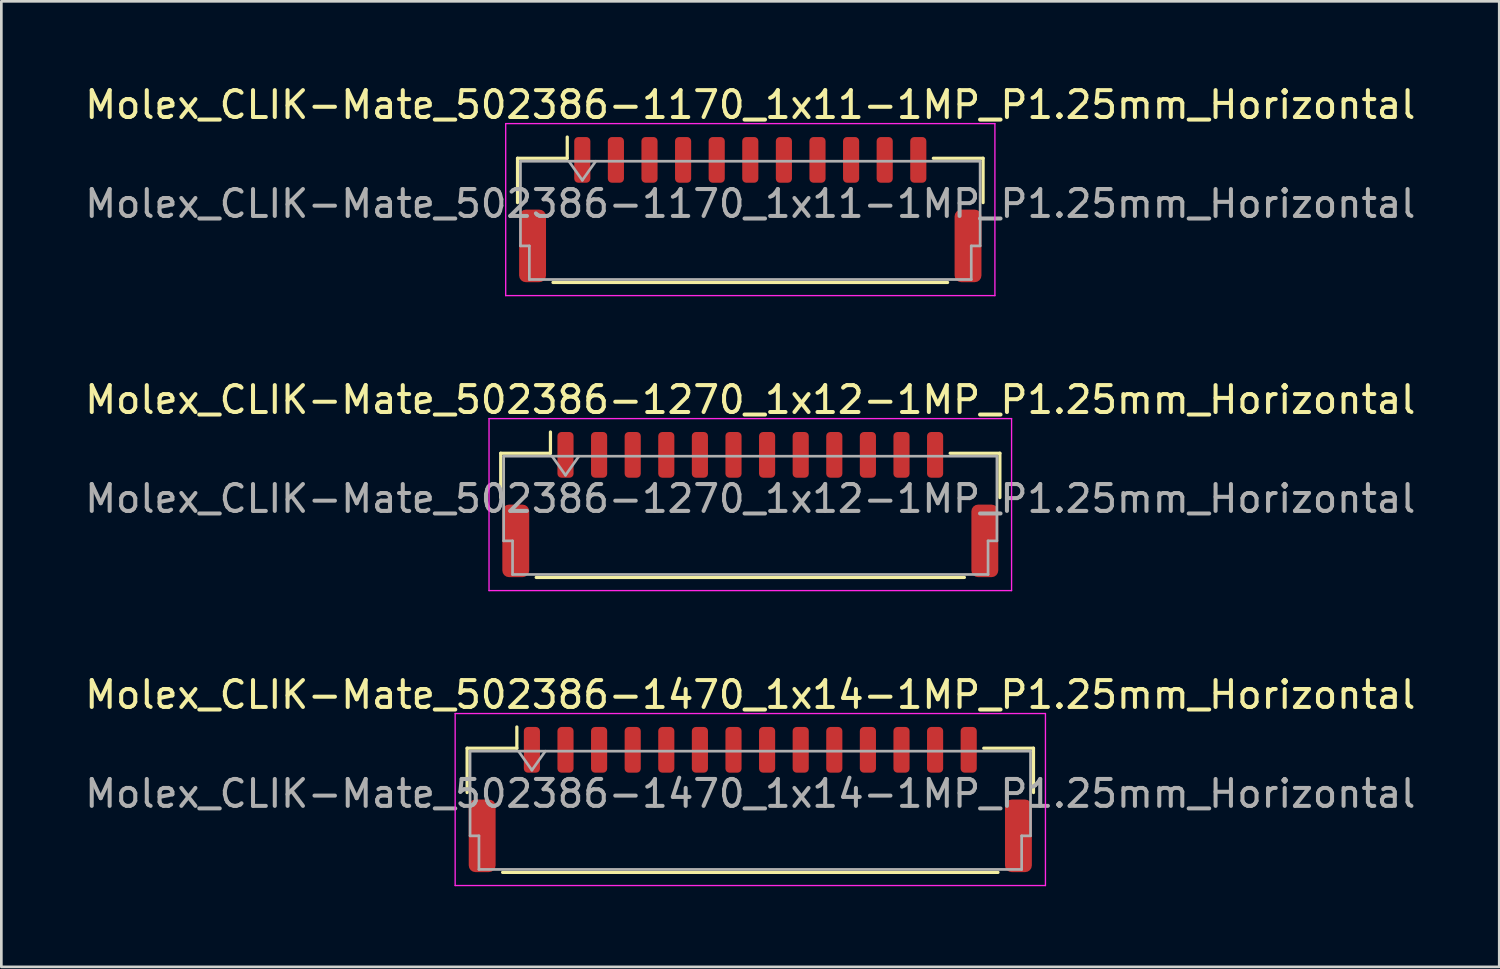
<source format=kicad_pcb>
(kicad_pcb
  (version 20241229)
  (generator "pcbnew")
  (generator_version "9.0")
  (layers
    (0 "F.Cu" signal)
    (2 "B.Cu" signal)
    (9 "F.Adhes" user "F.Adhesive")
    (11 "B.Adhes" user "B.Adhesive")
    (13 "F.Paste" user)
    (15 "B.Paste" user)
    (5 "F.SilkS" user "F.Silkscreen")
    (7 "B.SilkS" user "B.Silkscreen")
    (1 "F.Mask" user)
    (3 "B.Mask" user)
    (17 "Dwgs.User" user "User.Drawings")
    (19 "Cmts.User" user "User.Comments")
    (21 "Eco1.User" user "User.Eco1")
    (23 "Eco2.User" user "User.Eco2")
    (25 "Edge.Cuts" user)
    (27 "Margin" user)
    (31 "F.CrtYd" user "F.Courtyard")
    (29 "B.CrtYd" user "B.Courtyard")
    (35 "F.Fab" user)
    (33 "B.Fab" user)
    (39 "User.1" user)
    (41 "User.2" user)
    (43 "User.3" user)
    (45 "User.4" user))
  (footprint "Molex_CLIK-Mate_502386-1170_1x11-1MP_P1.25mm_Horizontal"
    (layer "F.Cu")
    (at 24.863 4.748)
    (property "Reference" "Molex_CLIK-Mate_502386-1170_1x11-1MP_P1.25mm_Horizontal" (at 0 -3.9 0) (layer "F.SilkS") (effects (font (size 1 1) (thickness 0.15))))
    (attr smd)
    (fp_line (start -8.66 -1.91) (end -6.81 -1.91) (stroke (width 0.12) (type solid)) (layer "F.SilkS"))
    (fp_line (start -8.66 -0.26) (end -8.66 -1.91) (stroke (width 0.12) (type solid)) (layer "F.SilkS"))
    (fp_line (start -7.34 2.71) (end 7.34 2.71) (stroke (width 0.12) (type solid)) (layer "F.SilkS"))
    (fp_line (start -6.81 -1.91) (end -6.81 -2.7) (stroke (width 0.12) (type solid)) (layer "F.SilkS"))
    (fp_line (start 8.66 -1.91) (end 6.81 -1.91) (stroke (width 0.12) (type solid)) (layer "F.SilkS"))
    (fp_line (start 8.66 -0.26) (end 8.66 -1.91) (stroke (width 0.12) (type solid)) (layer "F.SilkS"))
    (fp_line (start -9.1 -3.2) (end -9.1 3.2) (stroke (width 0.05) (type solid)) (layer "F.CrtYd"))
    (fp_line (start -9.1 3.2) (end 9.1 3.2) (stroke (width 0.05) (type solid)) (layer "F.CrtYd"))
    (fp_line (start 9.1 -3.2) (end -9.1 -3.2) (stroke (width 0.05) (type solid)) (layer "F.CrtYd"))
    (fp_line (start 9.1 3.2) (end 9.1 -3.2) (stroke (width 0.05) (type solid)) (layer "F.CrtYd"))
    (fp_line (start -8.55 -1.8) (end -8.55 1.35) (stroke (width 0.1) (type solid)) (layer "F.Fab"))
    (fp_line (start -8.55 -1.8) (end 8.55 -1.8) (stroke (width 0.1) (type solid)) (layer "F.Fab"))
    (fp_line (start -8.55 1.35) (end -8.22 1.35) (stroke (width 0.1) (type solid)) (layer "F.Fab"))
    (fp_line (start -8.22 1.35) (end -8.22 2.6) (stroke (width 0.1) (type solid)) (layer "F.Fab"))
    (fp_line (start -8.22 2.6) (end 8.22 2.6) (stroke (width 0.1) (type solid)) (layer "F.Fab"))
    (fp_line (start -6.75 -1.8) (end -6.25 -1.093) (stroke (width 0.1) (type solid)) (layer "F.Fab"))
    (fp_line (start -6.25 -1.093) (end -5.75 -1.8) (stroke (width 0.1) (type solid)) (layer "F.Fab"))
    (fp_line (start 8.22 1.35) (end 8.55 1.35) (stroke (width 0.1) (type solid)) (layer "F.Fab"))
    (fp_line (start 8.22 2.6) (end 8.22 1.35) (stroke (width 0.1) (type solid)) (layer "F.Fab"))
    (fp_line (start 8.55 -1.8) (end 8.55 1.35) (stroke (width 0.1) (type solid)) (layer "F.Fab"))
    (fp_text user "${REFERENCE}" (at 0 -0.22 0) (layer "F.Fab") (effects (font (size 1 1) (thickness 0.15))))
    (pad "1" smd roundrect (at -6.25 -1.85) (size 0.6 1.7) (layers "F.Cu" "F.Mask" "F.Paste") (roundrect_rratio 0.25))
    (pad "2" smd roundrect (at -5 -1.85) (size 0.6 1.7) (layers "F.Cu" "F.Mask" "F.Paste") (roundrect_rratio 0.25))
    (pad "3" smd roundrect (at -3.75 -1.85) (size 0.6 1.7) (layers "F.Cu" "F.Mask" "F.Paste") (roundrect_rratio 0.25))
    (pad "4" smd roundrect (at -2.5 -1.85) (size 0.6 1.7) (layers "F.Cu" "F.Mask" "F.Paste") (roundrect_rratio 0.25))
    (pad "5" smd roundrect (at -1.25 -1.85) (size 0.6 1.7) (layers "F.Cu" "F.Mask" "F.Paste") (roundrect_rratio 0.25))
    (pad "6" smd roundrect (at 0 -1.85) (size 0.6 1.7) (layers "F.Cu" "F.Mask" "F.Paste") (roundrect_rratio 0.25))
    (pad "7" smd roundrect (at 1.25 -1.85) (size 0.6 1.7) (layers "F.Cu" "F.Mask" "F.Paste") (roundrect_rratio 0.25))
    (pad "8" smd roundrect (at 2.5 -1.85) (size 0.6 1.7) (layers "F.Cu" "F.Mask" "F.Paste") (roundrect_rratio 0.25))
    (pad "9" smd roundrect (at 3.75 -1.85) (size 0.6 1.7) (layers "F.Cu" "F.Mask" "F.Paste") (roundrect_rratio 0.25))
    (pad "10" smd roundrect (at 5 -1.85) (size 0.6 1.7) (layers "F.Cu" "F.Mask" "F.Paste") (roundrect_rratio 0.25))
    (pad "11" smd roundrect (at 6.25 -1.85) (size 0.6 1.7) (layers "F.Cu" "F.Mask" "F.Paste") (roundrect_rratio 0.25))
    (pad "MP" smd roundrect (at -8.1 1.35) (size 1 2.7) (layers "F.Cu" "F.Mask" "F.Paste") (roundrect_rratio 0.25))
    (pad "MP" smd roundrect (at 8.1 1.35) (size 1 2.7) (layers "F.Cu" "F.Mask" "F.Paste") (roundrect_rratio 0.25)))
  (footprint "Molex_CLIK-Mate_502386-1270_1x12-1MP_P1.25mm_Horizontal"
    (layer "F.Cu")
    (at 24.863 15.722)
    (property "Reference" "Molex_CLIK-Mate_502386-1270_1x12-1MP_P1.25mm_Horizontal" (at 0 -3.9 0) (layer "F.SilkS") (effects (font (size 1 1) (thickness 0.15))))
    (attr smd)
    (fp_line (start -9.285 -1.91) (end -7.435 -1.91) (stroke (width 0.12) (type solid)) (layer "F.SilkS"))
    (fp_line (start -9.285 -0.26) (end -9.285 -1.91) (stroke (width 0.12) (type solid)) (layer "F.SilkS"))
    (fp_line (start -7.965 2.71) (end 7.965 2.71) (stroke (width 0.12) (type solid)) (layer "F.SilkS"))
    (fp_line (start -7.435 -1.91) (end -7.435 -2.7) (stroke (width 0.12) (type solid)) (layer "F.SilkS"))
    (fp_line (start 9.285 -1.91) (end 7.435 -1.91) (stroke (width 0.12) (type solid)) (layer "F.SilkS"))
    (fp_line (start 9.285 -0.26) (end 9.285 -1.91) (stroke (width 0.12) (type solid)) (layer "F.SilkS"))
    (fp_line (start -9.72 -3.2) (end -9.72 3.2) (stroke (width 0.05) (type solid)) (layer "F.CrtYd"))
    (fp_line (start -9.72 3.2) (end 9.72 3.2) (stroke (width 0.05) (type solid)) (layer "F.CrtYd"))
    (fp_line (start 9.72 -3.2) (end -9.72 -3.2) (stroke (width 0.05) (type solid)) (layer "F.CrtYd"))
    (fp_line (start 9.72 3.2) (end 9.72 -3.2) (stroke (width 0.05) (type solid)) (layer "F.CrtYd"))
    (fp_line (start -9.175 -1.8) (end -9.175 1.35) (stroke (width 0.1) (type solid)) (layer "F.Fab"))
    (fp_line (start -9.175 -1.8) (end 9.175 -1.8) (stroke (width 0.1) (type solid)) (layer "F.Fab"))
    (fp_line (start -9.175 1.35) (end -8.845 1.35) (stroke (width 0.1) (type solid)) (layer "F.Fab"))
    (fp_line (start -8.845 1.35) (end -8.845 2.6) (stroke (width 0.1) (type solid)) (layer "F.Fab"))
    (fp_line (start -8.845 2.6) (end 8.845 2.6) (stroke (width 0.1) (type solid)) (layer "F.Fab"))
    (fp_line (start -7.375 -1.8) (end -6.875 -1.093) (stroke (width 0.1) (type solid)) (layer "F.Fab"))
    (fp_line (start -6.875 -1.093) (end -6.375 -1.8) (stroke (width 0.1) (type solid)) (layer "F.Fab"))
    (fp_line (start 8.845 1.35) (end 9.175 1.35) (stroke (width 0.1) (type solid)) (layer "F.Fab"))
    (fp_line (start 8.845 2.6) (end 8.845 1.35) (stroke (width 0.1) (type solid)) (layer "F.Fab"))
    (fp_line (start 9.175 -1.8) (end 9.175 1.35) (stroke (width 0.1) (type solid)) (layer "F.Fab"))
    (fp_text user "${REFERENCE}" (at 0 -0.22 0) (layer "F.Fab") (effects (font (size 1 1) (thickness 0.15))))
    (pad "1" smd roundrect (at -6.875 -1.85) (size 0.6 1.7) (layers "F.Cu" "F.Mask" "F.Paste") (roundrect_rratio 0.25))
    (pad "2" smd roundrect (at -5.625 -1.85) (size 0.6 1.7) (layers "F.Cu" "F.Mask" "F.Paste") (roundrect_rratio 0.25))
    (pad "3" smd roundrect (at -4.375 -1.85) (size 0.6 1.7) (layers "F.Cu" "F.Mask" "F.Paste") (roundrect_rratio 0.25))
    (pad "4" smd roundrect (at -3.125 -1.85) (size 0.6 1.7) (layers "F.Cu" "F.Mask" "F.Paste") (roundrect_rratio 0.25))
    (pad "5" smd roundrect (at -1.875 -1.85) (size 0.6 1.7) (layers "F.Cu" "F.Mask" "F.Paste") (roundrect_rratio 0.25))
    (pad "6" smd roundrect (at -0.625 -1.85) (size 0.6 1.7) (layers "F.Cu" "F.Mask" "F.Paste") (roundrect_rratio 0.25))
    (pad "7" smd roundrect (at 0.625 -1.85) (size 0.6 1.7) (layers "F.Cu" "F.Mask" "F.Paste") (roundrect_rratio 0.25))
    (pad "8" smd roundrect (at 1.875 -1.85) (size 0.6 1.7) (layers "F.Cu" "F.Mask" "F.Paste") (roundrect_rratio 0.25))
    (pad "9" smd roundrect (at 3.125 -1.85) (size 0.6 1.7) (layers "F.Cu" "F.Mask" "F.Paste") (roundrect_rratio 0.25))
    (pad "10" smd roundrect (at 4.375 -1.85) (size 0.6 1.7) (layers "F.Cu" "F.Mask" "F.Paste") (roundrect_rratio 0.25))
    (pad "11" smd roundrect (at 5.625 -1.85) (size 0.6 1.7) (layers "F.Cu" "F.Mask" "F.Paste") (roundrect_rratio 0.25))
    (pad "12" smd roundrect (at 6.875 -1.85) (size 0.6 1.7) (layers "F.Cu" "F.Mask" "F.Paste") (roundrect_rratio 0.25))
    (pad "MP" smd roundrect (at -8.725 1.35) (size 1 2.7) (layers "F.Cu" "F.Mask" "F.Paste") (roundrect_rratio 0.25))
    (pad "MP" smd roundrect (at 8.725 1.35) (size 1 2.7) (layers "F.Cu" "F.Mask" "F.Paste") (roundrect_rratio 0.25)))
  (footprint "Molex_CLIK-Mate_502386-1470_1x14-1MP_P1.25mm_Horizontal"
    (layer "F.Cu")
    (at 24.863 26.695)
    (property "Reference" "Molex_CLIK-Mate_502386-1470_1x14-1MP_P1.25mm_Horizontal" (at 0 -3.9 0) (layer "F.SilkS") (effects (font (size 1 1) (thickness 0.15))))
    (attr smd)
    (fp_line (start -10.535 -1.91) (end -8.685 -1.91) (stroke (width 0.12) (type solid)) (layer "F.SilkS"))
    (fp_line (start -10.535 -0.26) (end -10.535 -1.91) (stroke (width 0.12) (type solid)) (layer "F.SilkS"))
    (fp_line (start -9.215 2.71) (end 9.215 2.71) (stroke (width 0.12) (type solid)) (layer "F.SilkS"))
    (fp_line (start -8.685 -1.91) (end -8.685 -2.7) (stroke (width 0.12) (type solid)) (layer "F.SilkS"))
    (fp_line (start 10.535 -1.91) (end 8.685 -1.91) (stroke (width 0.12) (type solid)) (layer "F.SilkS"))
    (fp_line (start 10.535 -0.26) (end 10.535 -1.91) (stroke (width 0.12) (type solid)) (layer "F.SilkS"))
    (fp_line (start -10.98 -3.2) (end -10.98 3.2) (stroke (width 0.05) (type solid)) (layer "F.CrtYd"))
    (fp_line (start -10.98 3.2) (end 10.98 3.2) (stroke (width 0.05) (type solid)) (layer "F.CrtYd"))
    (fp_line (start 10.98 -3.2) (end -10.98 -3.2) (stroke (width 0.05) (type solid)) (layer "F.CrtYd"))
    (fp_line (start 10.98 3.2) (end 10.98 -3.2) (stroke (width 0.05) (type solid)) (layer "F.CrtYd"))
    (fp_line (start -10.425 -1.8) (end -10.425 1.35) (stroke (width 0.1) (type solid)) (layer "F.Fab"))
    (fp_line (start -10.425 -1.8) (end 10.425 -1.8) (stroke (width 0.1) (type solid)) (layer "F.Fab"))
    (fp_line (start -10.425 1.35) (end -10.095 1.35) (stroke (width 0.1) (type solid)) (layer "F.Fab"))
    (fp_line (start -10.095 1.35) (end -10.095 2.6) (stroke (width 0.1) (type solid)) (layer "F.Fab"))
    (fp_line (start -10.095 2.6) (end 10.095 2.6) (stroke (width 0.1) (type solid)) (layer "F.Fab"))
    (fp_line (start -8.625 -1.8) (end -8.125 -1.093) (stroke (width 0.1) (type solid)) (layer "F.Fab"))
    (fp_line (start -8.125 -1.093) (end -7.625 -1.8) (stroke (width 0.1) (type solid)) (layer "F.Fab"))
    (fp_line (start 10.095 1.35) (end 10.425 1.35) (stroke (width 0.1) (type solid)) (layer "F.Fab"))
    (fp_line (start 10.095 2.6) (end 10.095 1.35) (stroke (width 0.1) (type solid)) (layer "F.Fab"))
    (fp_line (start 10.425 -1.8) (end 10.425 1.35) (stroke (width 0.1) (type solid)) (layer "F.Fab"))
    (fp_text user "${REFERENCE}" (at 0 -0.22 0) (layer "F.Fab") (effects (font (size 1 1) (thickness 0.15))))
    (pad "1" smd roundrect (at -8.125 -1.85) (size 0.6 1.7) (layers "F.Cu" "F.Mask" "F.Paste") (roundrect_rratio 0.25))
    (pad "2" smd roundrect (at -6.875 -1.85) (size 0.6 1.7) (layers "F.Cu" "F.Mask" "F.Paste") (roundrect_rratio 0.25))
    (pad "3" smd roundrect (at -5.625 -1.85) (size 0.6 1.7) (layers "F.Cu" "F.Mask" "F.Paste") (roundrect_rratio 0.25))
    (pad "4" smd roundrect (at -4.375 -1.85) (size 0.6 1.7) (layers "F.Cu" "F.Mask" "F.Paste") (roundrect_rratio 0.25))
    (pad "5" smd roundrect (at -3.125 -1.85) (size 0.6 1.7) (layers "F.Cu" "F.Mask" "F.Paste") (roundrect_rratio 0.25))
    (pad "6" smd roundrect (at -1.875 -1.85) (size 0.6 1.7) (layers "F.Cu" "F.Mask" "F.Paste") (roundrect_rratio 0.25))
    (pad "7" smd roundrect (at -0.625 -1.85) (size 0.6 1.7) (layers "F.Cu" "F.Mask" "F.Paste") (roundrect_rratio 0.25))
    (pad "8" smd roundrect (at 0.625 -1.85) (size 0.6 1.7) (layers "F.Cu" "F.Mask" "F.Paste") (roundrect_rratio 0.25))
    (pad "9" smd roundrect (at 1.875 -1.85) (size 0.6 1.7) (layers "F.Cu" "F.Mask" "F.Paste") (roundrect_rratio 0.25))
    (pad "10" smd roundrect (at 3.125 -1.85) (size 0.6 1.7) (layers "F.Cu" "F.Mask" "F.Paste") (roundrect_rratio 0.25))
    (pad "11" smd roundrect (at 4.375 -1.85) (size 0.6 1.7) (layers "F.Cu" "F.Mask" "F.Paste") (roundrect_rratio 0.25))
    (pad "12" smd roundrect (at 5.625 -1.85) (size 0.6 1.7) (layers "F.Cu" "F.Mask" "F.Paste") (roundrect_rratio 0.25))
    (pad "13" smd roundrect (at 6.875 -1.85) (size 0.6 1.7) (layers "F.Cu" "F.Mask" "F.Paste") (roundrect_rratio 0.25))
    (pad "14" smd roundrect (at 8.125 -1.85) (size 0.6 1.7) (layers "F.Cu" "F.Mask" "F.Paste") (roundrect_rratio 0.25))
    (pad "MP" smd roundrect (at -9.975 1.35) (size 1 2.7) (layers "F.Cu" "F.Mask" "F.Paste") (roundrect_rratio 0.25))
    (pad "MP" smd roundrect (at 9.975 1.35) (size 1 2.7) (layers "F.Cu" "F.Mask" "F.Paste") (roundrect_rratio 0.25)))
  (gr_rect
    (start -3 -3)
    (end 52.726 32.92)
    (stroke (width 0.1) (type default))
    (fill no)
    (layer "Edge.Cuts")))
</source>
